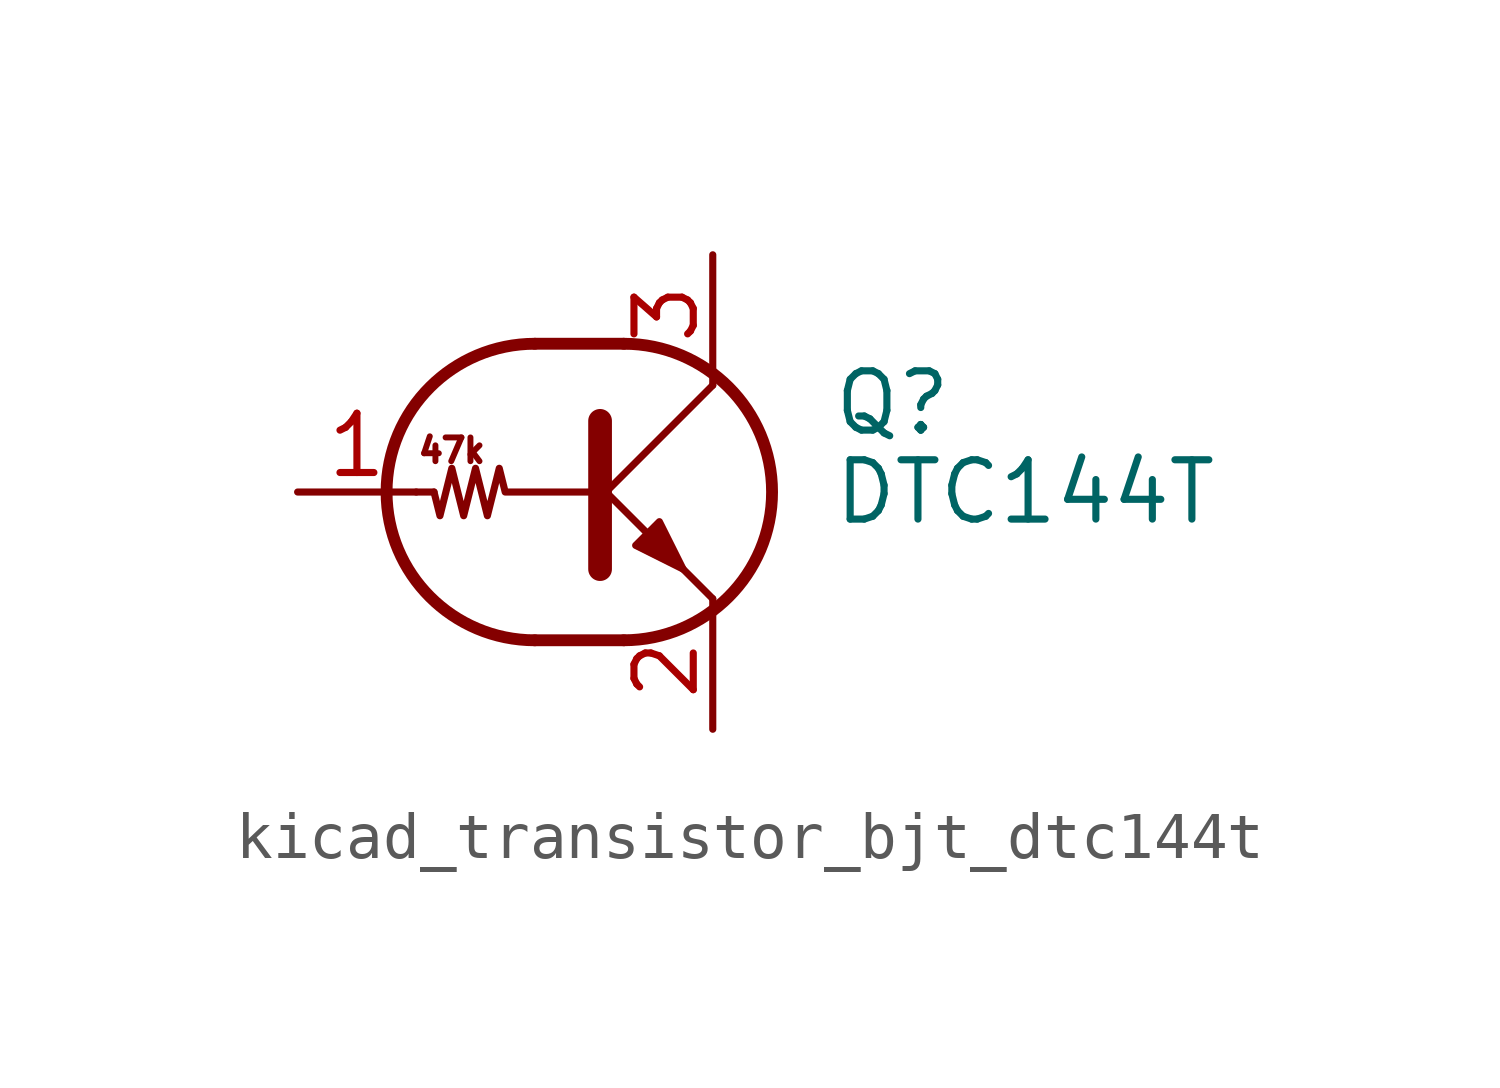
<source format=kicad_sym>
(kicad_symbol_lib
  (version 20220914)
  (generator kicad_symbol_editor)
  (symbol "kicad_transistor_bjt_dtc144t"
    (pin_names
      (offset 0) hide)
    (property "Reference" "Q"
      (at 5.08 1.905 0)
      (effects (font (size 1.27 1.27)) (justify left)))
    (property "Value" "DTC144T"
      (at 5.08 0 0)
      (effects (font (size 1.27 1.27)) (justify left)))
    (symbol "kicad_transistor_bjt_dtc144t_0_0"
      (polyline (pts (xy 2.54 -2.286) (xy 2.54 -2.54)) (stroke (width 0) (type default)) (fill (type none)))
      (text "47k" (at -3.048 0.889 0) (effects (font (size 0.508 0.508)))))
    (symbol "kicad_transistor_bjt_dtc144t_0_1"
      (arc (start -1.27 3.175) (mid -4.4312 0) (end -1.27 -3.175) (stroke (width 0.254) (type default)) (fill (type none)))
      (polyline (pts (xy -3.429 0) (xy -3.81 0)) (stroke (width 0) (type default)) (fill (type none)))
      (polyline (pts (xy -1.27 -3.175) (xy 0.635 -3.175)) (stroke (width 0.254) (type default)) (fill (type none)))
      (polyline (pts (xy -1.27 3.175) (xy 0.635 3.175)) (stroke (width 0.254) (type default)) (fill (type none)))
      (polyline (pts (xy 0 -0.254) (xy 2.54 2.286)) (stroke (width 0) (type default)) (fill (type none)))
      (polyline (pts (xy 0.127 1.524) (xy 0.127 -1.651)) (stroke (width 0.508) (type default)) (fill (type outline)))
      (polyline (pts (xy 2.54 2.286) (xy 2.54 2.54)) (stroke (width 0) (type default)) (fill (type none)))
      (polyline (pts (xy 2.54 -2.286) (xy 0 0.254) (xy 0 0.254)) (stroke (width 0) (type default)) (fill (type none)))
      (polyline (pts (xy 0.889 -1.143) (xy 1.397 -0.635) (xy 1.905 -1.651) (xy 0.889 -1.143)) (stroke (width 0) (type default)) (fill (type outline)))
      (polyline (pts (xy 0 0) (xy -1.905 0) (xy -2.032 0.508) (xy -2.286 -0.508) (xy -2.54 0.508) (xy -2.794 -0.508) (xy -3.048 0.508) (xy -3.302 -0.508) (xy -3.429 0)) (stroke (width 0) (type default)) (fill (type none)))
      (arc (start 0.635 -3.175) (mid 3.7962 0) (end 0.635 3.175) (stroke (width 0.254) (type default)) (fill (type none))))
    (symbol "kicad_transistor_bjt_dtc144t_1_1"
      (pin input line (at -6.35 0 0) (length 2.54) (name "B" (effects (font (size 1.27 1.27)))) (number "1" (effects (font (size 1.27 1.27)))))
      (pin passive line (at 2.54 -5.08 90) (length 2.54) (name "E" (effects (font (size 1.27 1.27)))) (number "2" (effects (font (size 1.27 1.27)))))
      (pin passive line (at 2.54 5.08 270) (length 2.54) (name "C" (effects (font (size 1.27 1.27)))) (number "3" (effects (font (size 1.27 1.27))))))))
</source>
